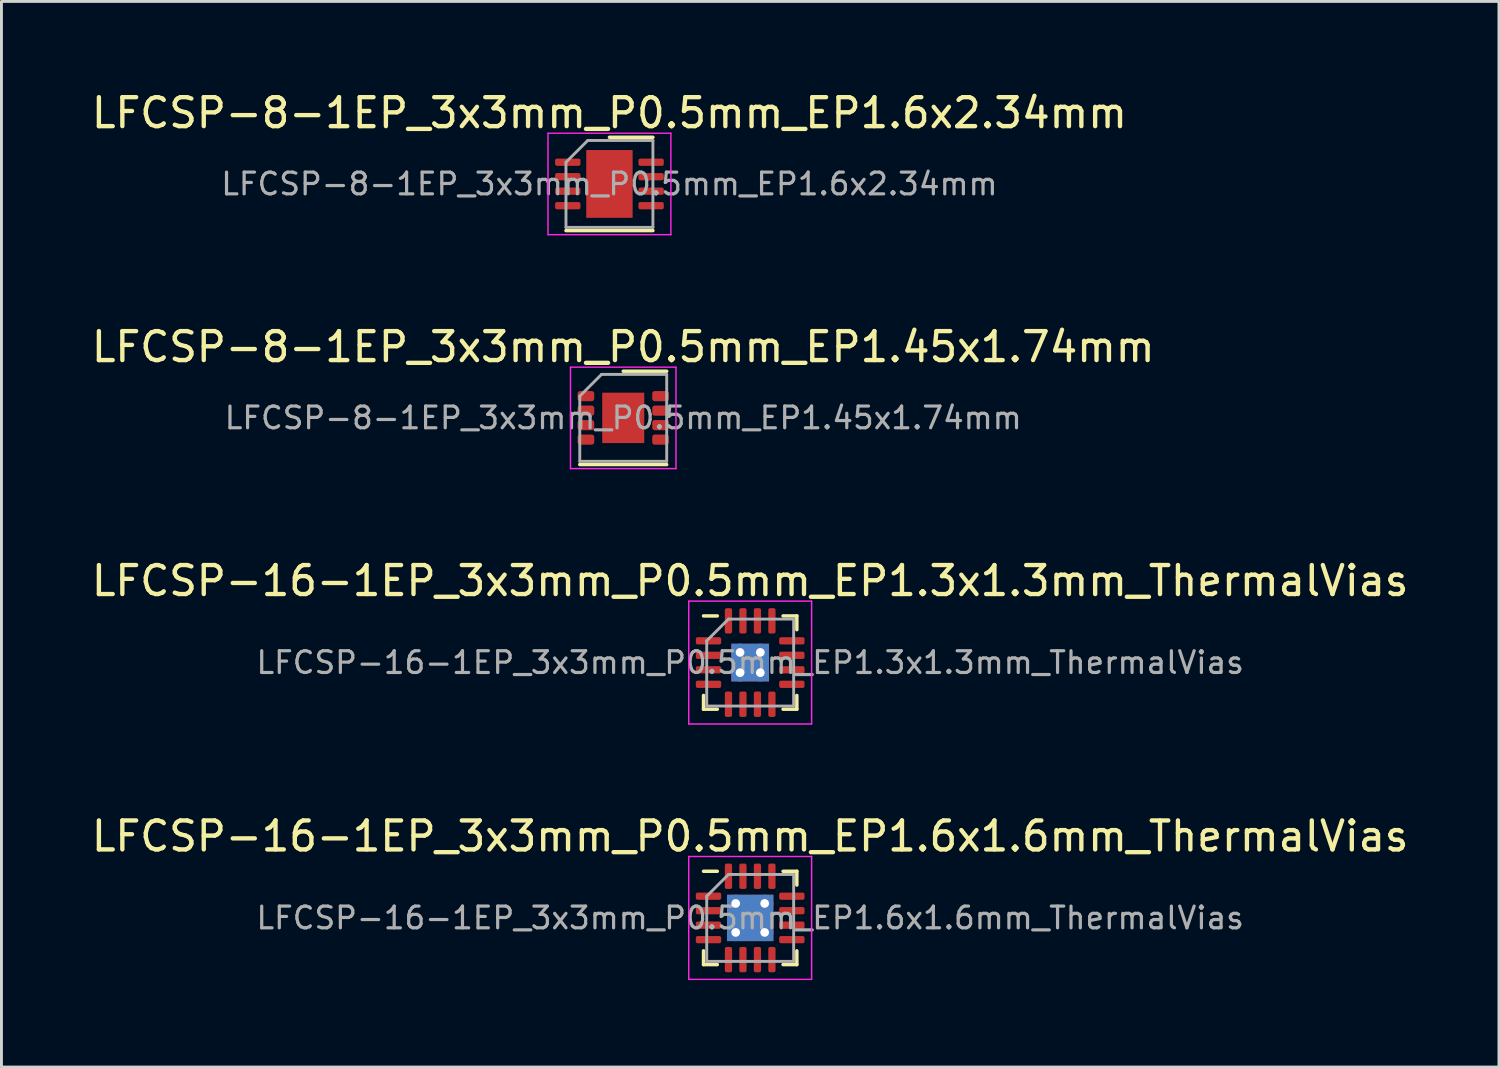
<source format=kicad_pcb>
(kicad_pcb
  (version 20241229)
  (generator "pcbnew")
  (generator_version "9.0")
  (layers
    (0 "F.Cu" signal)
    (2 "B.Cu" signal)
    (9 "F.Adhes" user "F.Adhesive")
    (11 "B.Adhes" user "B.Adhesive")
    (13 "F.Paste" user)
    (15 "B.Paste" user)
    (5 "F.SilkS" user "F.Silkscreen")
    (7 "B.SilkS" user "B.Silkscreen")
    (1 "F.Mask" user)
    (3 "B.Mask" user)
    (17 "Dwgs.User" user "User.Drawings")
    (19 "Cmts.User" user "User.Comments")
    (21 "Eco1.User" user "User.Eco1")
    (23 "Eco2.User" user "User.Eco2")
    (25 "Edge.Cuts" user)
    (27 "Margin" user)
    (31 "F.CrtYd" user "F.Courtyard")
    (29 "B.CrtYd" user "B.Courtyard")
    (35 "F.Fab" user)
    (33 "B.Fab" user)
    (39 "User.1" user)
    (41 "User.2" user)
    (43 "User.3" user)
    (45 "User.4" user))
  (footprint "LFCSP-16-1EP_3x3mm_P0.5mm_EP1.6x1.6mm_ThermalVias"
    (layer "F.Cu")
    (at 22.839 28.628)
    (property "Reference" "LFCSP-16-1EP_3x3mm_P0.5mm_EP1.6x1.6mm_ThermalVias" (at 0 -2.82 0) (layer "F.SilkS") (effects (font (size 1 1) (thickness 0.15))))
    (attr smd)
    (fp_line (start -1.61 1.61) (end -1.61 1.135) (stroke (width 0.12) (type solid)) (layer "F.SilkS"))
    (fp_line (start -1.135 -1.61) (end -1.61 -1.61) (stroke (width 0.12) (type solid)) (layer "F.SilkS"))
    (fp_line (start -1.135 1.61) (end -1.61 1.61) (stroke (width 0.12) (type solid)) (layer "F.SilkS"))
    (fp_line (start 1.135 -1.61) (end 1.61 -1.61) (stroke (width 0.12) (type solid)) (layer "F.SilkS"))
    (fp_line (start 1.135 1.61) (end 1.61 1.61) (stroke (width 0.12) (type solid)) (layer "F.SilkS"))
    (fp_line (start 1.61 -1.61) (end 1.61 -1.135) (stroke (width 0.12) (type solid)) (layer "F.SilkS"))
    (fp_line (start 1.61 1.61) (end 1.61 1.135) (stroke (width 0.12) (type solid)) (layer "F.SilkS"))
    (fp_line (start -2.12 -2.12) (end -2.12 2.12) (stroke (width 0.05) (type solid)) (layer "F.CrtYd"))
    (fp_line (start -2.12 2.12) (end 2.12 2.12) (stroke (width 0.05) (type solid)) (layer "F.CrtYd"))
    (fp_line (start 2.12 -2.12) (end -2.12 -2.12) (stroke (width 0.05) (type solid)) (layer "F.CrtYd"))
    (fp_line (start 2.12 2.12) (end 2.12 -2.12) (stroke (width 0.05) (type solid)) (layer "F.CrtYd"))
    (fp_line (start -1.5 -0.75) (end -0.75 -1.5) (stroke (width 0.1) (type solid)) (layer "F.Fab"))
    (fp_line (start -1.5 1.5) (end -1.5 -0.75) (stroke (width 0.1) (type solid)) (layer "F.Fab"))
    (fp_line (start -0.75 -1.5) (end 1.5 -1.5) (stroke (width 0.1) (type solid)) (layer "F.Fab"))
    (fp_line (start 1.5 -1.5) (end 1.5 1.5) (stroke (width 0.1) (type solid)) (layer "F.Fab"))
    (fp_line (start 1.5 1.5) (end -1.5 1.5) (stroke (width 0.1) (type solid)) (layer "F.Fab"))
    (fp_text user "${REFERENCE}" (at 0 0 0) (layer "F.Fab") (effects (font (size 0.75 0.75) (thickness 0.11))))
    (pad "" smd roundrect (at -0.4 -0.4) (size 0.69 0.69) (layers "F.Paste") (roundrect_rratio 0.25))
    (pad "" smd roundrect (at -0.4 0.4) (size 0.69 0.69) (layers "F.Paste") (roundrect_rratio 0.25))
    (pad "" smd roundrect (at 0.4 -0.4) (size 0.69 0.69) (layers "F.Paste") (roundrect_rratio 0.25))
    (pad "" smd roundrect (at 0.4 0.4) (size 0.69 0.69) (layers "F.Paste") (roundrect_rratio 0.25))
    (pad "1" smd roundrect (at -1.438 -0.75) (size 0.875 0.25) (layers "F.Cu" "F.Mask" "F.Paste") (roundrect_rratio 0.25))
    (pad "2" smd roundrect (at -1.438 -0.25) (size 0.875 0.25) (layers "F.Cu" "F.Mask" "F.Paste") (roundrect_rratio 0.25))
    (pad "3" smd roundrect (at -1.438 0.25) (size 0.875 0.25) (layers "F.Cu" "F.Mask" "F.Paste") (roundrect_rratio 0.25))
    (pad "4" smd roundrect (at -1.438 0.75) (size 0.875 0.25) (layers "F.Cu" "F.Mask" "F.Paste") (roundrect_rratio 0.25))
    (pad "5" smd roundrect (at -0.75 1.438) (size 0.25 0.875) (layers "F.Cu" "F.Mask" "F.Paste") (roundrect_rratio 0.25))
    (pad "6" smd roundrect (at -0.25 1.438) (size 0.25 0.875) (layers "F.Cu" "F.Mask" "F.Paste") (roundrect_rratio 0.25))
    (pad "7" smd roundrect (at 0.25 1.438) (size 0.25 0.875) (layers "F.Cu" "F.Mask" "F.Paste") (roundrect_rratio 0.25))
    (pad "8" smd roundrect (at 0.75 1.438) (size 0.25 0.875) (layers "F.Cu" "F.Mask" "F.Paste") (roundrect_rratio 0.25))
    (pad "9" smd roundrect (at 1.438 0.75) (size 0.875 0.25) (layers "F.Cu" "F.Mask" "F.Paste") (roundrect_rratio 0.25))
    (pad "10" smd roundrect (at 1.438 0.25) (size 0.875 0.25) (layers "F.Cu" "F.Mask" "F.Paste") (roundrect_rratio 0.25))
    (pad "11" smd roundrect (at 1.438 -0.25) (size 0.875 0.25) (layers "F.Cu" "F.Mask" "F.Paste") (roundrect_rratio 0.25))
    (pad "12" smd roundrect (at 1.438 -0.75) (size 0.875 0.25) (layers "F.Cu" "F.Mask" "F.Paste") (roundrect_rratio 0.25))
    (pad "13" smd roundrect (at 0.75 -1.438) (size 0.25 0.875) (layers "F.Cu" "F.Mask" "F.Paste") (roundrect_rratio 0.25))
    (pad "14" smd roundrect (at 0.25 -1.438) (size 0.25 0.875) (layers "F.Cu" "F.Mask" "F.Paste") (roundrect_rratio 0.25))
    (pad "15" smd roundrect (at -0.25 -1.438) (size 0.25 0.875) (layers "F.Cu" "F.Mask" "F.Paste") (roundrect_rratio 0.25))
    (pad "16" smd roundrect (at -0.75 -1.438) (size 0.25 0.875) (layers "F.Cu" "F.Mask" "F.Paste") (roundrect_rratio 0.25))
    (pad "17" thru_hole circle (at -0.5 -0.5) (size 0.6 0.6) (drill 0.3) (layers "*.Cu"))
    (pad "17" thru_hole circle (at -0.5 0.5) (size 0.6 0.6) (drill 0.3) (layers "*.Cu"))
    (pad "17" smd rect (at 0 0) (size 1.6 1.6) (layers "F.Cu" "F.Mask"))
    (pad "17" smd rect (at 0 0) (size 1.6 1.6) (layers "B.Cu"))
    (pad "17" thru_hole circle (at 0.5 -0.5) (size 0.6 0.6) (drill 0.3) (layers "*.Cu"))
    (pad "17" thru_hole circle (at 0.5 0.5) (size 0.6 0.6) (drill 0.3) (layers "*.Cu")))
  (footprint "LFCSP-8-1EP_3x3mm_P0.5mm_EP1.6x2.34mm"
    (layer "F.Cu")
    (at 17.982 3.298)
    (property "Reference" "LFCSP-8-1EP_3x3mm_P0.5mm_EP1.6x2.34mm" (at 0 -2.45 0) (layer "F.SilkS") (effects (font (size 1 1) (thickness 0.15))))
    (attr smd)
    (fp_line (start -1.5 1.61) (end 1.5 1.61) (stroke (width 0.12) (type solid)) (layer "F.SilkS"))
    (fp_line (start 0 -1.61) (end 1.5 -1.61) (stroke (width 0.12) (type solid)) (layer "F.SilkS"))
    (fp_line (start -2.12 -1.75) (end -2.12 1.75) (stroke (width 0.05) (type solid)) (layer "F.CrtYd"))
    (fp_line (start -2.12 1.75) (end 2.12 1.75) (stroke (width 0.05) (type solid)) (layer "F.CrtYd"))
    (fp_line (start 2.12 -1.75) (end -2.12 -1.75) (stroke (width 0.05) (type solid)) (layer "F.CrtYd"))
    (fp_line (start 2.12 1.75) (end 2.12 -1.75) (stroke (width 0.05) (type solid)) (layer "F.CrtYd"))
    (fp_line (start -1.5 -0.75) (end -0.75 -1.5) (stroke (width 0.1) (type solid)) (layer "F.Fab"))
    (fp_line (start -1.5 1.5) (end -1.5 -0.75) (stroke (width 0.1) (type solid)) (layer "F.Fab"))
    (fp_line (start -0.75 -1.5) (end 1.5 -1.5) (stroke (width 0.1) (type solid)) (layer "F.Fab"))
    (fp_line (start 1.5 -1.5) (end 1.5 1.5) (stroke (width 0.1) (type solid)) (layer "F.Fab"))
    (fp_line (start 1.5 1.5) (end -1.5 1.5) (stroke (width 0.1) (type solid)) (layer "F.Fab"))
    (fp_text user "${REFERENCE}" (at 0 0 0) (layer "F.Fab") (effects (font (size 0.75 0.75) (thickness 0.11))))
    (pad "" smd roundrect (at -0.4 -0.585) (size 0.64 0.94) (layers "F.Paste") (roundrect_rratio 0.25))
    (pad "" smd roundrect (at -0.4 0.585) (size 0.64 0.94) (layers "F.Paste") (roundrect_rratio 0.25))
    (pad "" smd roundrect (at 0.4 -0.585) (size 0.64 0.94) (layers "F.Paste") (roundrect_rratio 0.25))
    (pad "" smd roundrect (at 0.4 0.585) (size 0.64 0.94) (layers "F.Paste") (roundrect_rratio 0.25))
    (pad "1" smd roundrect (at -1.438 -0.75) (size 0.875 0.25) (layers "F.Cu" "F.Mask" "F.Paste") (roundrect_rratio 0.25))
    (pad "2" smd roundrect (at -1.438 -0.25) (size 0.875 0.25) (layers "F.Cu" "F.Mask" "F.Paste") (roundrect_rratio 0.25))
    (pad "3" smd roundrect (at -1.438 0.25) (size 0.875 0.25) (layers "F.Cu" "F.Mask" "F.Paste") (roundrect_rratio 0.25))
    (pad "4" smd roundrect (at -1.438 0.75) (size 0.875 0.25) (layers "F.Cu" "F.Mask" "F.Paste") (roundrect_rratio 0.25))
    (pad "5" smd roundrect (at 1.438 0.75) (size 0.875 0.25) (layers "F.Cu" "F.Mask" "F.Paste") (roundrect_rratio 0.25))
    (pad "6" smd roundrect (at 1.438 0.25) (size 0.875 0.25) (layers "F.Cu" "F.Mask" "F.Paste") (roundrect_rratio 0.25))
    (pad "7" smd roundrect (at 1.438 -0.25) (size 0.875 0.25) (layers "F.Cu" "F.Mask" "F.Paste") (roundrect_rratio 0.25))
    (pad "8" smd roundrect (at 1.438 -0.75) (size 0.875 0.25) (layers "F.Cu" "F.Mask" "F.Paste") (roundrect_rratio 0.25))
    (pad "9" smd rect (at 0 0) (size 1.6 2.34) (layers "F.Cu" "F.Mask")))
  (footprint "LFCSP-8-1EP_3x3mm_P0.5mm_EP1.45x1.74mm"
    (layer "F.Cu")
    (at 18.458 11.371)
    (property "Reference" "LFCSP-8-1EP_3x3mm_P0.5mm_EP1.45x1.74mm" (at 0 -2.45 0) (layer "F.SilkS") (effects (font (size 1 1) (thickness 0.15))))
    (attr smd)
    (fp_line (start -1.5 1.61) (end 1.5 1.61) (stroke (width 0.12) (type solid)) (layer "F.SilkS"))
    (fp_line (start 0 -1.61) (end 1.5 -1.61) (stroke (width 0.12) (type solid)) (layer "F.SilkS"))
    (fp_line (start -1.82 -1.75) (end -1.82 1.75) (stroke (width 0.05) (type solid)) (layer "F.CrtYd"))
    (fp_line (start -1.82 1.75) (end 1.82 1.75) (stroke (width 0.05) (type solid)) (layer "F.CrtYd"))
    (fp_line (start 1.82 -1.75) (end -1.82 -1.75) (stroke (width 0.05) (type solid)) (layer "F.CrtYd"))
    (fp_line (start 1.82 1.75) (end 1.82 -1.75) (stroke (width 0.05) (type solid)) (layer "F.CrtYd"))
    (fp_line (start -1.5 -0.75) (end -0.75 -1.5) (stroke (width 0.1) (type solid)) (layer "F.Fab"))
    (fp_line (start -1.5 1.5) (end -1.5 -0.75) (stroke (width 0.1) (type solid)) (layer "F.Fab"))
    (fp_line (start -0.75 -1.5) (end 1.5 -1.5) (stroke (width 0.1) (type solid)) (layer "F.Fab"))
    (fp_line (start 1.5 -1.5) (end 1.5 1.5) (stroke (width 0.1) (type solid)) (layer "F.Fab"))
    (fp_line (start 1.5 1.5) (end -1.5 1.5) (stroke (width 0.1) (type solid)) (layer "F.Fab"))
    (fp_text user "${REFERENCE}" (at 0 0 0) (layer "F.Fab") (effects (font (size 0.75 0.75) (thickness 0.11))))
    (pad "" smd roundrect (at -0.365 -0.435) (size 0.58 0.7) (layers "F.Paste") (roundrect_rratio 0.25))
    (pad "" smd roundrect (at -0.365 0.435) (size 0.58 0.7) (layers "F.Paste") (roundrect_rratio 0.25))
    (pad "" smd roundrect (at 0.365 -0.435) (size 0.58 0.7) (layers "F.Paste") (roundrect_rratio 0.25))
    (pad "" smd roundrect (at 0.365 0.435) (size 0.58 0.7) (layers "F.Paste") (roundrect_rratio 0.25))
    (pad "1" smd roundrect (at -1.288 -0.75) (size 0.575 0.35) (layers "F.Cu" "F.Mask" "F.Paste") (roundrect_rratio 0.25))
    (pad "2" smd roundrect (at -1.288 -0.25) (size 0.575 0.35) (layers "F.Cu" "F.Mask" "F.Paste") (roundrect_rratio 0.25))
    (pad "3" smd roundrect (at -1.288 0.25) (size 0.575 0.35) (layers "F.Cu" "F.Mask" "F.Paste") (roundrect_rratio 0.25))
    (pad "4" smd roundrect (at -1.288 0.75) (size 0.575 0.35) (layers "F.Cu" "F.Mask" "F.Paste") (roundrect_rratio 0.25))
    (pad "5" smd roundrect (at 1.288 0.75) (size 0.575 0.35) (layers "F.Cu" "F.Mask" "F.Paste") (roundrect_rratio 0.25))
    (pad "6" smd roundrect (at 1.288 0.25) (size 0.575 0.35) (layers "F.Cu" "F.Mask" "F.Paste") (roundrect_rratio 0.25))
    (pad "7" smd roundrect (at 1.288 -0.25) (size 0.575 0.35) (layers "F.Cu" "F.Mask" "F.Paste") (roundrect_rratio 0.25))
    (pad "8" smd roundrect (at 1.288 -0.75) (size 0.575 0.35) (layers "F.Cu" "F.Mask" "F.Paste") (roundrect_rratio 0.25))
    (pad "9" smd rect (at 0 0) (size 1.45 1.74) (layers "F.Cu" "F.Mask")))
  (footprint "LFCSP-16-1EP_3x3mm_P0.5mm_EP1.3x1.3mm_ThermalVias"
    (layer "F.Cu")
    (at 22.839 19.815)
    (property "Reference" "LFCSP-16-1EP_3x3mm_P0.5mm_EP1.3x1.3mm_ThermalVias" (at 0 -2.82 0) (layer "F.SilkS") (effects (font (size 1 1) (thickness 0.15))))
    (attr smd)
    (fp_line (start -1.61 1.61) (end -1.61 1.135) (stroke (width 0.12) (type solid)) (layer "F.SilkS"))
    (fp_line (start -1.135 -1.61) (end -1.61 -1.61) (stroke (width 0.12) (type solid)) (layer "F.SilkS"))
    (fp_line (start -1.135 1.61) (end -1.61 1.61) (stroke (width 0.12) (type solid)) (layer "F.SilkS"))
    (fp_line (start 1.135 -1.61) (end 1.61 -1.61) (stroke (width 0.12) (type solid)) (layer "F.SilkS"))
    (fp_line (start 1.135 1.61) (end 1.61 1.61) (stroke (width 0.12) (type solid)) (layer "F.SilkS"))
    (fp_line (start 1.61 -1.61) (end 1.61 -1.135) (stroke (width 0.12) (type solid)) (layer "F.SilkS"))
    (fp_line (start 1.61 1.61) (end 1.61 1.135) (stroke (width 0.12) (type solid)) (layer "F.SilkS"))
    (fp_line (start -2.12 -2.12) (end -2.12 2.12) (stroke (width 0.05) (type solid)) (layer "F.CrtYd"))
    (fp_line (start -2.12 2.12) (end 2.12 2.12) (stroke (width 0.05) (type solid)) (layer "F.CrtYd"))
    (fp_line (start 2.12 -2.12) (end -2.12 -2.12) (stroke (width 0.05) (type solid)) (layer "F.CrtYd"))
    (fp_line (start 2.12 2.12) (end 2.12 -2.12) (stroke (width 0.05) (type solid)) (layer "F.CrtYd"))
    (fp_line (start -1.5 -0.75) (end -0.75 -1.5) (stroke (width 0.1) (type solid)) (layer "F.Fab"))
    (fp_line (start -1.5 1.5) (end -1.5 -0.75) (stroke (width 0.1) (type solid)) (layer "F.Fab"))
    (fp_line (start -0.75 -1.5) (end 1.5 -1.5) (stroke (width 0.1) (type solid)) (layer "F.Fab"))
    (fp_line (start 1.5 -1.5) (end 1.5 1.5) (stroke (width 0.1) (type solid)) (layer "F.Fab"))
    (fp_line (start 1.5 1.5) (end -1.5 1.5) (stroke (width 0.1) (type solid)) (layer "F.Fab"))
    (fp_text user "${REFERENCE}" (at 0 0 0) (layer "F.Fab") (effects (font (size 0.75 0.75) (thickness 0.11))))
    (pad "" smd roundrect (at -0.325 -0.325) (size 0.52 0.52) (layers "F.Paste") (roundrect_rratio 0.25))
    (pad "" smd roundrect (at -0.325 0.325) (size 0.52 0.52) (layers "F.Paste") (roundrect_rratio 0.25))
    (pad "" smd roundrect (at 0.325 -0.325) (size 0.52 0.52) (layers "F.Paste") (roundrect_rratio 0.25))
    (pad "" smd roundrect (at 0.325 0.325) (size 0.52 0.52) (layers "F.Paste") (roundrect_rratio 0.25))
    (pad "1" smd roundrect (at -1.438 -0.75) (size 0.875 0.25) (layers "F.Cu" "F.Mask" "F.Paste") (roundrect_rratio 0.25))
    (pad "2" smd roundrect (at -1.438 -0.25) (size 0.875 0.25) (layers "F.Cu" "F.Mask" "F.Paste") (roundrect_rratio 0.25))
    (pad "3" smd roundrect (at -1.438 0.25) (size 0.875 0.25) (layers "F.Cu" "F.Mask" "F.Paste") (roundrect_rratio 0.25))
    (pad "4" smd roundrect (at -1.438 0.75) (size 0.875 0.25) (layers "F.Cu" "F.Mask" "F.Paste") (roundrect_rratio 0.25))
    (pad "5" smd roundrect (at -0.75 1.438) (size 0.25 0.875) (layers "F.Cu" "F.Mask" "F.Paste") (roundrect_rratio 0.25))
    (pad "6" smd roundrect (at -0.25 1.438) (size 0.25 0.875) (layers "F.Cu" "F.Mask" "F.Paste") (roundrect_rratio 0.25))
    (pad "7" smd roundrect (at 0.25 1.438) (size 0.25 0.875) (layers "F.Cu" "F.Mask" "F.Paste") (roundrect_rratio 0.25))
    (pad "8" smd roundrect (at 0.75 1.438) (size 0.25 0.875) (layers "F.Cu" "F.Mask" "F.Paste") (roundrect_rratio 0.25))
    (pad "9" smd roundrect (at 1.438 0.75) (size 0.875 0.25) (layers "F.Cu" "F.Mask" "F.Paste") (roundrect_rratio 0.25))
    (pad "10" smd roundrect (at 1.438 0.25) (size 0.875 0.25) (layers "F.Cu" "F.Mask" "F.Paste") (roundrect_rratio 0.25))
    (pad "11" smd roundrect (at 1.438 -0.25) (size 0.875 0.25) (layers "F.Cu" "F.Mask" "F.Paste") (roundrect_rratio 0.25))
    (pad "12" smd roundrect (at 1.438 -0.75) (size 0.875 0.25) (layers "F.Cu" "F.Mask" "F.Paste") (roundrect_rratio 0.25))
    (pad "13" smd roundrect (at 0.75 -1.438) (size 0.25 0.875) (layers "F.Cu" "F.Mask" "F.Paste") (roundrect_rratio 0.25))
    (pad "14" smd roundrect (at 0.25 -1.438) (size 0.25 0.875) (layers "F.Cu" "F.Mask" "F.Paste") (roundrect_rratio 0.25))
    (pad "15" smd roundrect (at -0.25 -1.438) (size 0.25 0.875) (layers "F.Cu" "F.Mask" "F.Paste") (roundrect_rratio 0.25))
    (pad "16" smd roundrect (at -0.75 -1.438) (size 0.25 0.875) (layers "F.Cu" "F.Mask" "F.Paste") (roundrect_rratio 0.25))
    (pad "17" thru_hole circle (at -0.35 -0.35) (size 0.6 0.6) (drill 0.3) (layers "*.Cu"))
    (pad "17" thru_hole circle (at -0.35 0.35) (size 0.6 0.6) (drill 0.3) (layers "*.Cu"))
    (pad "17" smd rect (at 0 0) (size 1.3 1.3) (layers "F.Cu" "F.Mask"))
    (pad "17" smd rect (at 0 0) (size 1.3 1.3) (layers "B.Cu"))
    (pad "17" thru_hole circle (at 0.35 -0.35) (size 0.6 0.6) (drill 0.3) (layers "*.Cu"))
    (pad "17" thru_hole circle (at 0.35 0.35) (size 0.6 0.6) (drill 0.3) (layers "*.Cu")))
  (gr_rect
    (start -3 -3)
    (end 48.679 33.773)
    (stroke (width 0.1) (type default))
    (fill no)
    (layer "Edge.Cuts")))
</source>
